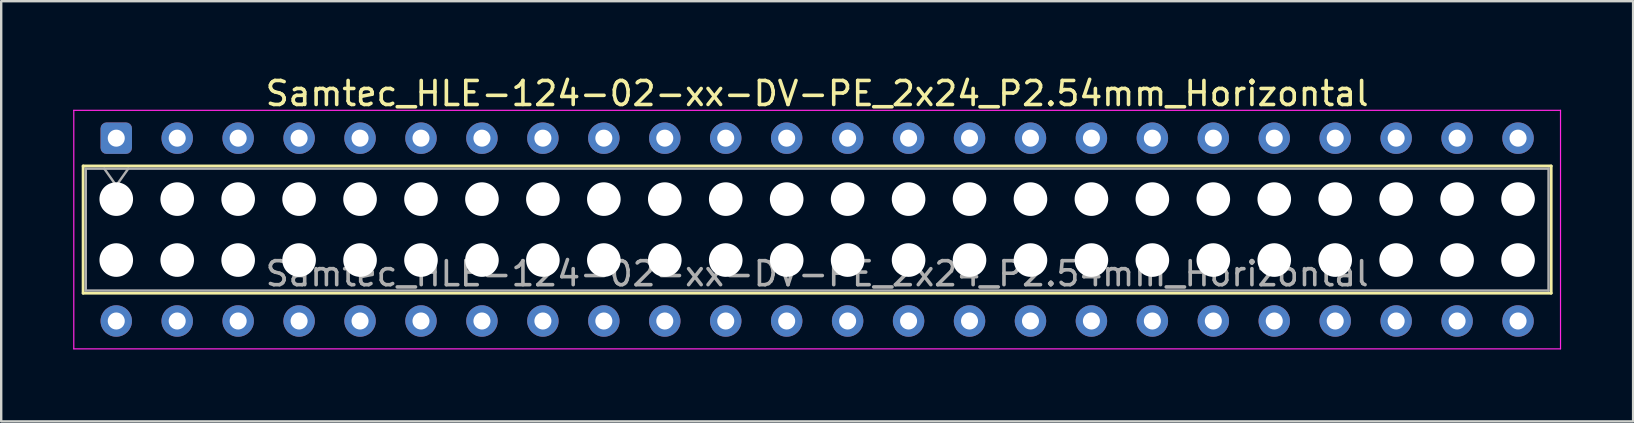
<source format=kicad_pcb>
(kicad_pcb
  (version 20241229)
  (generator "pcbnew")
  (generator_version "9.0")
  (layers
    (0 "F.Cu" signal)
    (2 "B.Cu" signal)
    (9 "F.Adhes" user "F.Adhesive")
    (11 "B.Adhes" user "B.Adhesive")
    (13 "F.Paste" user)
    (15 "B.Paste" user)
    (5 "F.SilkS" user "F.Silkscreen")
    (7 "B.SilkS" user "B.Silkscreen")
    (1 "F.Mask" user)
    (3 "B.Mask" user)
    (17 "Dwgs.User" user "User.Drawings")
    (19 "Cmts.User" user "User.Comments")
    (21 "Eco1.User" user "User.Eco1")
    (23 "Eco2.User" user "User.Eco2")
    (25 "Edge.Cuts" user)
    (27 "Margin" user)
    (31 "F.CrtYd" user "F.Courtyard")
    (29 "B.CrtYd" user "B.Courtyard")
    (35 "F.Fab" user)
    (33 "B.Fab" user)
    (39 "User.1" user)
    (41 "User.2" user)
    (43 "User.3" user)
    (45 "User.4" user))
  (footprint "Samtec_HLE-124-02-xx-DV-PE_2x24_P2.54mm_Horizontal"
    (layer "F.Cu")
    (at 1.795 2.708)
    (property "Reference" "Samtec_HLE-124-02-xx-DV-PE_2x24_P2.54mm_Horizontal" (at 29.21 -1.86 0) (layer "F.SilkS") (effects (font (size 1 1) (thickness 0.15))))
    (attr through_hole)
    (fp_line (start -1.38 1.16) (end 59.8 1.16) (stroke (width 0.12) (type solid)) (layer "F.SilkS"))
    (fp_line (start -1.38 6.46) (end -1.38 1.16) (stroke (width 0.12) (type solid)) (layer "F.SilkS"))
    (fp_line (start 59.8 1.16) (end 59.8 6.46) (stroke (width 0.12) (type solid)) (layer "F.SilkS"))
    (fp_line (start 59.8 6.46) (end -1.38 6.46) (stroke (width 0.12) (type solid)) (layer "F.SilkS"))
    (fp_line (start -1.77 -1.16) (end 60.19 -1.16) (stroke (width 0.05) (type solid)) (layer "F.CrtYd"))
    (fp_line (start -1.77 8.78) (end -1.77 -1.16) (stroke (width 0.05) (type solid)) (layer "F.CrtYd"))
    (fp_line (start 60.19 -1.16) (end 60.19 8.78) (stroke (width 0.05) (type solid)) (layer "F.CrtYd"))
    (fp_line (start 60.19 8.78) (end -1.77 8.78) (stroke (width 0.05) (type solid)) (layer "F.CrtYd"))
    (fp_line (start -1.27 1.27) (end 59.69 1.27) (stroke (width 0.1) (type solid)) (layer "F.Fab"))
    (fp_line (start -1.27 6.35) (end -1.27 1.27) (stroke (width 0.1) (type solid)) (layer "F.Fab"))
    (fp_line (start -0.5 1.27) (end 0 1.977) (stroke (width 0.1) (type solid)) (layer "F.Fab"))
    (fp_line (start 0 1.977) (end 0.5 1.27) (stroke (width 0.1) (type solid)) (layer "F.Fab"))
    (fp_line (start 59.69 1.27) (end 59.69 6.35) (stroke (width 0.1) (type solid)) (layer "F.Fab"))
    (fp_line (start 59.69 6.35) (end -1.27 6.35) (stroke (width 0.1) (type solid)) (layer "F.Fab"))
    (fp_text user "${REFERENCE}" (at 29.21 5.65 0) (layer "F.Fab") (effects (font (size 1 1) (thickness 0.15))))
    (pad "" np_thru_hole circle (at 0 2.54) (size 1.4 1.4) (drill 1.4) (layers "*.Cu" "*.Mask"))
    (pad "" np_thru_hole circle (at 0 5.08) (size 1.4 1.4) (drill 1.4) (layers "*.Cu" "*.Mask"))
    (pad "" np_thru_hole circle (at 2.54 2.54) (size 1.4 1.4) (drill 1.4) (layers "*.Cu" "*.Mask"))
    (pad "" np_thru_hole circle (at 2.54 5.08) (size 1.4 1.4) (drill 1.4) (layers "*.Cu" "*.Mask"))
    (pad "" np_thru_hole circle (at 5.08 2.54) (size 1.4 1.4) (drill 1.4) (layers "*.Cu" "*.Mask"))
    (pad "" np_thru_hole circle (at 5.08 5.08) (size 1.4 1.4) (drill 1.4) (layers "*.Cu" "*.Mask"))
    (pad "" np_thru_hole circle (at 7.62 2.54) (size 1.4 1.4) (drill 1.4) (layers "*.Cu" "*.Mask"))
    (pad "" np_thru_hole circle (at 7.62 5.08) (size 1.4 1.4) (drill 1.4) (layers "*.Cu" "*.Mask"))
    (pad "" np_thru_hole circle (at 10.16 2.54) (size 1.4 1.4) (drill 1.4) (layers "*.Cu" "*.Mask"))
    (pad "" np_thru_hole circle (at 10.16 5.08) (size 1.4 1.4) (drill 1.4) (layers "*.Cu" "*.Mask"))
    (pad "" np_thru_hole circle (at 12.7 2.54) (size 1.4 1.4) (drill 1.4) (layers "*.Cu" "*.Mask"))
    (pad "" np_thru_hole circle (at 12.7 5.08) (size 1.4 1.4) (drill 1.4) (layers "*.Cu" "*.Mask"))
    (pad "" np_thru_hole circle (at 15.24 2.54) (size 1.4 1.4) (drill 1.4) (layers "*.Cu" "*.Mask"))
    (pad "" np_thru_hole circle (at 15.24 5.08) (size 1.4 1.4) (drill 1.4) (layers "*.Cu" "*.Mask"))
    (pad "" np_thru_hole circle (at 17.78 2.54) (size 1.4 1.4) (drill 1.4) (layers "*.Cu" "*.Mask"))
    (pad "" np_thru_hole circle (at 17.78 5.08) (size 1.4 1.4) (drill 1.4) (layers "*.Cu" "*.Mask"))
    (pad "" np_thru_hole circle (at 20.32 2.54) (size 1.4 1.4) (drill 1.4) (layers "*.Cu" "*.Mask"))
    (pad "" np_thru_hole circle (at 20.32 5.08) (size 1.4 1.4) (drill 1.4) (layers "*.Cu" "*.Mask"))
    (pad "" np_thru_hole circle (at 22.86 2.54) (size 1.4 1.4) (drill 1.4) (layers "*.Cu" "*.Mask"))
    (pad "" np_thru_hole circle (at 22.86 5.08) (size 1.4 1.4) (drill 1.4) (layers "*.Cu" "*.Mask"))
    (pad "" np_thru_hole circle (at 25.4 2.54) (size 1.4 1.4) (drill 1.4) (layers "*.Cu" "*.Mask"))
    (pad "" np_thru_hole circle (at 25.4 5.08) (size 1.4 1.4) (drill 1.4) (layers "*.Cu" "*.Mask"))
    (pad "" np_thru_hole circle (at 27.94 2.54) (size 1.4 1.4) (drill 1.4) (layers "*.Cu" "*.Mask"))
    (pad "" np_thru_hole circle (at 27.94 5.08) (size 1.4 1.4) (drill 1.4) (layers "*.Cu" "*.Mask"))
    (pad "" np_thru_hole circle (at 30.48 2.54) (size 1.4 1.4) (drill 1.4) (layers "*.Cu" "*.Mask"))
    (pad "" np_thru_hole circle (at 30.48 5.08) (size 1.4 1.4) (drill 1.4) (layers "*.Cu" "*.Mask"))
    (pad "" np_thru_hole circle (at 33.02 2.54) (size 1.4 1.4) (drill 1.4) (layers "*.Cu" "*.Mask"))
    (pad "" np_thru_hole circle (at 33.02 5.08) (size 1.4 1.4) (drill 1.4) (layers "*.Cu" "*.Mask"))
    (pad "" np_thru_hole circle (at 35.56 2.54) (size 1.4 1.4) (drill 1.4) (layers "*.Cu" "*.Mask"))
    (pad "" np_thru_hole circle (at 35.56 5.08) (size 1.4 1.4) (drill 1.4) (layers "*.Cu" "*.Mask"))
    (pad "" np_thru_hole circle (at 38.1 2.54) (size 1.4 1.4) (drill 1.4) (layers "*.Cu" "*.Mask"))
    (pad "" np_thru_hole circle (at 38.1 5.08) (size 1.4 1.4) (drill 1.4) (layers "*.Cu" "*.Mask"))
    (pad "" np_thru_hole circle (at 40.64 2.54) (size 1.4 1.4) (drill 1.4) (layers "*.Cu" "*.Mask"))
    (pad "" np_thru_hole circle (at 40.64 5.08) (size 1.4 1.4) (drill 1.4) (layers "*.Cu" "*.Mask"))
    (pad "" np_thru_hole circle (at 43.18 2.54) (size 1.4 1.4) (drill 1.4) (layers "*.Cu" "*.Mask"))
    (pad "" np_thru_hole circle (at 43.18 5.08) (size 1.4 1.4) (drill 1.4) (layers "*.Cu" "*.Mask"))
    (pad "" np_thru_hole circle (at 45.72 2.54) (size 1.4 1.4) (drill 1.4) (layers "*.Cu" "*.Mask"))
    (pad "" np_thru_hole circle (at 45.72 5.08) (size 1.4 1.4) (drill 1.4) (layers "*.Cu" "*.Mask"))
    (pad "" np_thru_hole circle (at 48.26 2.54) (size 1.4 1.4) (drill 1.4) (layers "*.Cu" "*.Mask"))
    (pad "" np_thru_hole circle (at 48.26 5.08) (size 1.4 1.4) (drill 1.4) (layers "*.Cu" "*.Mask"))
    (pad "" np_thru_hole circle (at 50.8 2.54) (size 1.4 1.4) (drill 1.4) (layers "*.Cu" "*.Mask"))
    (pad "" np_thru_hole circle (at 50.8 5.08) (size 1.4 1.4) (drill 1.4) (layers "*.Cu" "*.Mask"))
    (pad "" np_thru_hole circle (at 53.34 2.54) (size 1.4 1.4) (drill 1.4) (layers "*.Cu" "*.Mask"))
    (pad "" np_thru_hole circle (at 53.34 5.08) (size 1.4 1.4) (drill 1.4) (layers "*.Cu" "*.Mask"))
    (pad "" np_thru_hole circle (at 55.88 2.54) (size 1.4 1.4) (drill 1.4) (layers "*.Cu" "*.Mask"))
    (pad "" np_thru_hole circle (at 55.88 5.08) (size 1.4 1.4) (drill 1.4) (layers "*.Cu" "*.Mask"))
    (pad "" np_thru_hole circle (at 58.42 2.54) (size 1.4 1.4) (drill 1.4) (layers "*.Cu" "*.Mask"))
    (pad "" np_thru_hole circle (at 58.42 5.08) (size 1.4 1.4) (drill 1.4) (layers "*.Cu" "*.Mask"))
    (pad "1" thru_hole roundrect (at 0 0) (size 1.31 1.31) (drill 0.71) (layers "*.Cu" "*.Mask") (roundrect_rratio 0.191))
    (pad "2" thru_hole circle (at 0 7.62) (size 1.31 1.31) (drill 0.71) (layers "*.Cu" "*.Mask"))
    (pad "3" thru_hole circle (at 2.54 0) (size 1.31 1.31) (drill 0.71) (layers "*.Cu" "*.Mask"))
    (pad "4" thru_hole circle (at 2.54 7.62) (size 1.31 1.31) (drill 0.71) (layers "*.Cu" "*.Mask"))
    (pad "5" thru_hole circle (at 5.08 0) (size 1.31 1.31) (drill 0.71) (layers "*.Cu" "*.Mask"))
    (pad "6" thru_hole circle (at 5.08 7.62) (size 1.31 1.31) (drill 0.71) (layers "*.Cu" "*.Mask"))
    (pad "7" thru_hole circle (at 7.62 0) (size 1.31 1.31) (drill 0.71) (layers "*.Cu" "*.Mask"))
    (pad "8" thru_hole circle (at 7.62 7.62) (size 1.31 1.31) (drill 0.71) (layers "*.Cu" "*.Mask"))
    (pad "9" thru_hole circle (at 10.16 0) (size 1.31 1.31) (drill 0.71) (layers "*.Cu" "*.Mask"))
    (pad "10" thru_hole circle (at 10.16 7.62) (size 1.31 1.31) (drill 0.71) (layers "*.Cu" "*.Mask"))
    (pad "11" thru_hole circle (at 12.7 0) (size 1.31 1.31) (drill 0.71) (layers "*.Cu" "*.Mask"))
    (pad "12" thru_hole circle (at 12.7 7.62) (size 1.31 1.31) (drill 0.71) (layers "*.Cu" "*.Mask"))
    (pad "13" thru_hole circle (at 15.24 0) (size 1.31 1.31) (drill 0.71) (layers "*.Cu" "*.Mask"))
    (pad "14" thru_hole circle (at 15.24 7.62) (size 1.31 1.31) (drill 0.71) (layers "*.Cu" "*.Mask"))
    (pad "15" thru_hole circle (at 17.78 0) (size 1.31 1.31) (drill 0.71) (layers "*.Cu" "*.Mask"))
    (pad "16" thru_hole circle (at 17.78 7.62) (size 1.31 1.31) (drill 0.71) (layers "*.Cu" "*.Mask"))
    (pad "17" thru_hole circle (at 20.32 0) (size 1.31 1.31) (drill 0.71) (layers "*.Cu" "*.Mask"))
    (pad "18" thru_hole circle (at 20.32 7.62) (size 1.31 1.31) (drill 0.71) (layers "*.Cu" "*.Mask"))
    (pad "19" thru_hole circle (at 22.86 0) (size 1.31 1.31) (drill 0.71) (layers "*.Cu" "*.Mask"))
    (pad "20" thru_hole circle (at 22.86 7.62) (size 1.31 1.31) (drill 0.71) (layers "*.Cu" "*.Mask"))
    (pad "21" thru_hole circle (at 25.4 0) (size 1.31 1.31) (drill 0.71) (layers "*.Cu" "*.Mask"))
    (pad "22" thru_hole circle (at 25.4 7.62) (size 1.31 1.31) (drill 0.71) (layers "*.Cu" "*.Mask"))
    (pad "23" thru_hole circle (at 27.94 0) (size 1.31 1.31) (drill 0.71) (layers "*.Cu" "*.Mask"))
    (pad "24" thru_hole circle (at 27.94 7.62) (size 1.31 1.31) (drill 0.71) (layers "*.Cu" "*.Mask"))
    (pad "25" thru_hole circle (at 30.48 0) (size 1.31 1.31) (drill 0.71) (layers "*.Cu" "*.Mask"))
    (pad "26" thru_hole circle (at 30.48 7.62) (size 1.31 1.31) (drill 0.71) (layers "*.Cu" "*.Mask"))
    (pad "27" thru_hole circle (at 33.02 0) (size 1.31 1.31) (drill 0.71) (layers "*.Cu" "*.Mask"))
    (pad "28" thru_hole circle (at 33.02 7.62) (size 1.31 1.31) (drill 0.71) (layers "*.Cu" "*.Mask"))
    (pad "29" thru_hole circle (at 35.56 0) (size 1.31 1.31) (drill 0.71) (layers "*.Cu" "*.Mask"))
    (pad "30" thru_hole circle (at 35.56 7.62) (size 1.31 1.31) (drill 0.71) (layers "*.Cu" "*.Mask"))
    (pad "31" thru_hole circle (at 38.1 0) (size 1.31 1.31) (drill 0.71) (layers "*.Cu" "*.Mask"))
    (pad "32" thru_hole circle (at 38.1 7.62) (size 1.31 1.31) (drill 0.71) (layers "*.Cu" "*.Mask"))
    (pad "33" thru_hole circle (at 40.64 0) (size 1.31 1.31) (drill 0.71) (layers "*.Cu" "*.Mask"))
    (pad "34" thru_hole circle (at 40.64 7.62) (size 1.31 1.31) (drill 0.71) (layers "*.Cu" "*.Mask"))
    (pad "35" thru_hole circle (at 43.18 0) (size 1.31 1.31) (drill 0.71) (layers "*.Cu" "*.Mask"))
    (pad "36" thru_hole circle (at 43.18 7.62) (size 1.31 1.31) (drill 0.71) (layers "*.Cu" "*.Mask"))
    (pad "37" thru_hole circle (at 45.72 0) (size 1.31 1.31) (drill 0.71) (layers "*.Cu" "*.Mask"))
    (pad "38" thru_hole circle (at 45.72 7.62) (size 1.31 1.31) (drill 0.71) (layers "*.Cu" "*.Mask"))
    (pad "39" thru_hole circle (at 48.26 0) (size 1.31 1.31) (drill 0.71) (layers "*.Cu" "*.Mask"))
    (pad "40" thru_hole circle (at 48.26 7.62) (size 1.31 1.31) (drill 0.71) (layers "*.Cu" "*.Mask"))
    (pad "41" thru_hole circle (at 50.8 0) (size 1.31 1.31) (drill 0.71) (layers "*.Cu" "*.Mask"))
    (pad "42" thru_hole circle (at 50.8 7.62) (size 1.31 1.31) (drill 0.71) (layers "*.Cu" "*.Mask"))
    (pad "43" thru_hole circle (at 53.34 0) (size 1.31 1.31) (drill 0.71) (layers "*.Cu" "*.Mask"))
    (pad "44" thru_hole circle (at 53.34 7.62) (size 1.31 1.31) (drill 0.71) (layers "*.Cu" "*.Mask"))
    (pad "45" thru_hole circle (at 55.88 0) (size 1.31 1.31) (drill 0.71) (layers "*.Cu" "*.Mask"))
    (pad "46" thru_hole circle (at 55.88 7.62) (size 1.31 1.31) (drill 0.71) (layers "*.Cu" "*.Mask"))
    (pad "47" thru_hole circle (at 58.42 0) (size 1.31 1.31) (drill 0.71) (layers "*.Cu" "*.Mask"))
    (pad "48" thru_hole circle (at 58.42 7.62) (size 1.31 1.31) (drill 0.71) (layers "*.Cu" "*.Mask")))
  (gr_rect
    (start -3 -3)
    (end 65.01 14.513)
    (stroke (width 0.1) (type default))
    (fill no)
    (layer "Edge.Cuts")))
</source>
